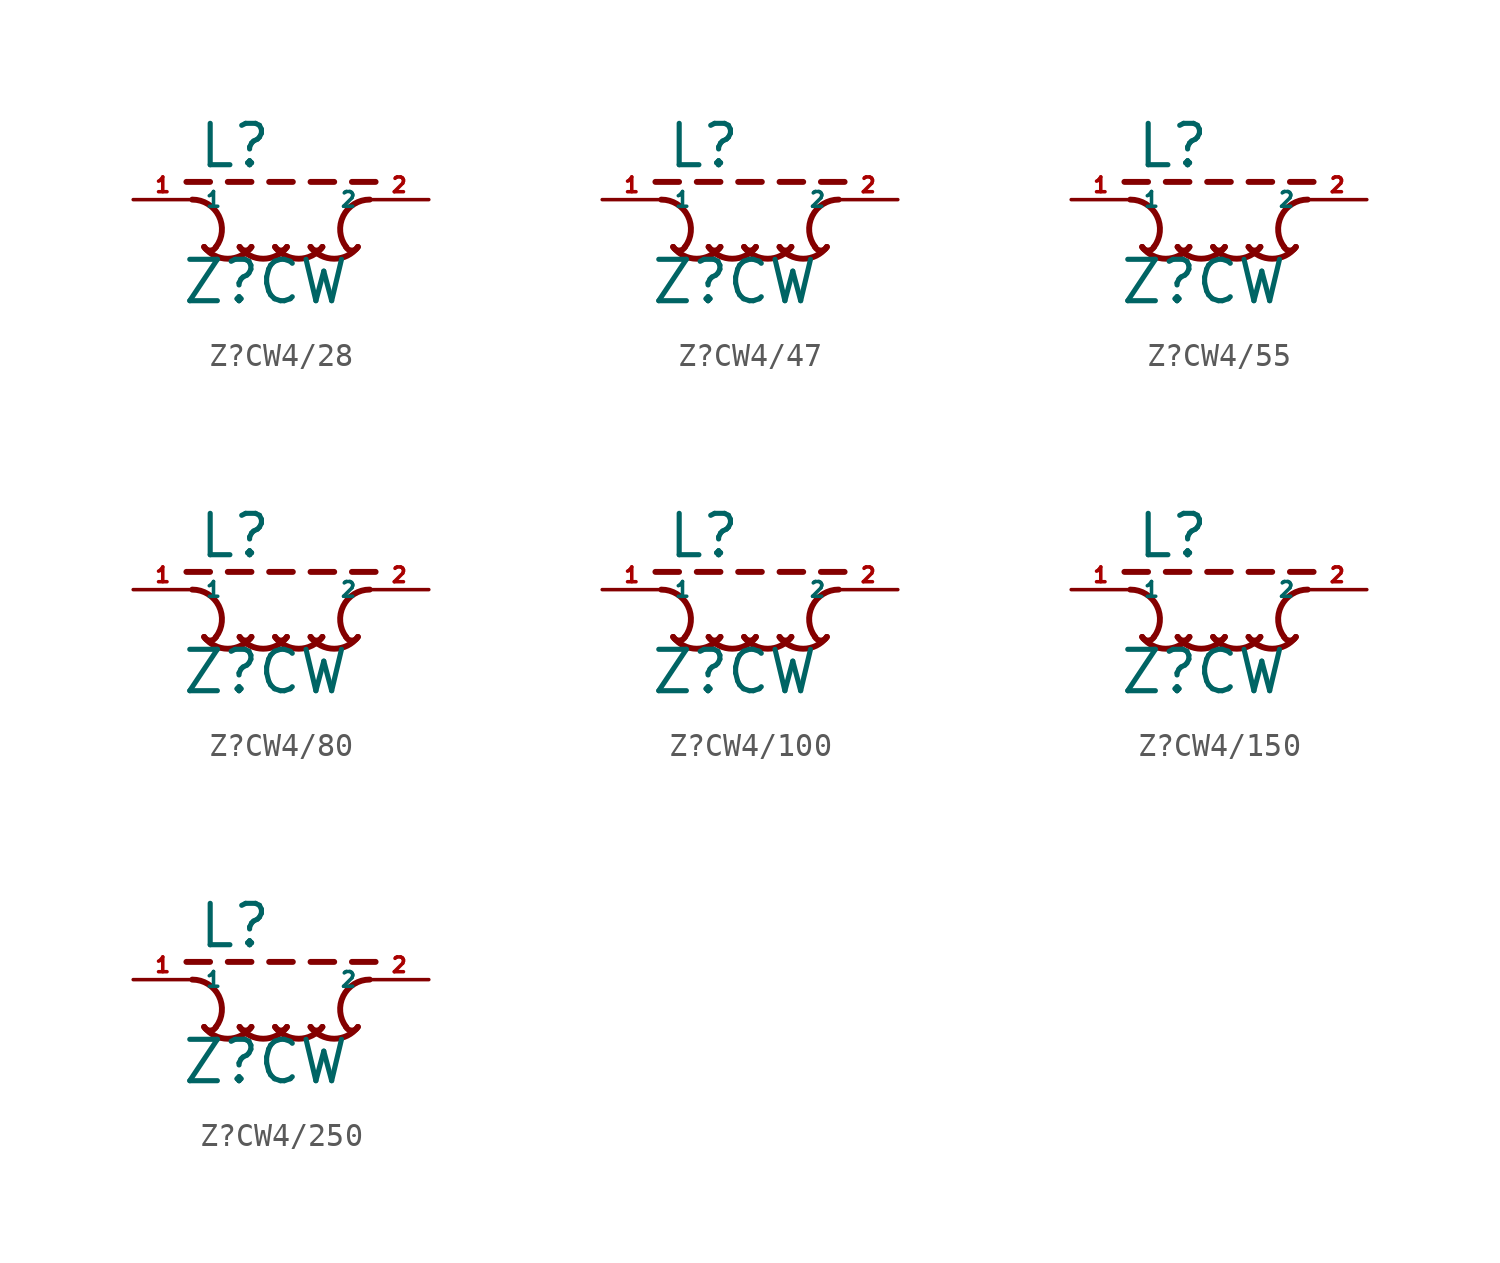
<source format=kicad_sym>
(kicad_symbol_lib
  (version 20220914)
  (generator kicad_symbol_editor)
  (symbol "Z?CW4/28"
    (property "Reference" "L"
      (at -2.34 1.27 0)
      (effects (font (size 1.778 1.778) (thickness 0.22)) (justify left bottom)))
    (property "Value" "Z?CW"
      (at -3.048 -4.572 0)
      (effects (font (size 1.778 1.778) (thickness 0.22)) (justify left bottom)))
    (symbol "Z?CW4/28_1_1"
      (arc (start -2.032 -2.032) (mid -1.778 -2.189) (end -1.524 -2.032) (stroke (width 0.254) (type default)) (fill (type none)))
      (arc (start -2.032 -2.032) (mid -1.016 -2.54) (end 0 -2.032) (stroke (width 0.254) (type default)) (fill (type none)))
      (arc (start -1.524 -2.032) (mid -1.404 -0.702) (end -2.54 0) (stroke (width 0.254) (type default)) (fill (type none)))
      (arc (start -0.508 -2.032) (mid -0.254 -2.189) (end 0 -2.032) (stroke (width 0.254) (type default)) (fill (type none)))
      (arc (start -0.508 -2.032) (mid 0.508 -2.54) (end 1.524 -2.032) (stroke (width 0.254) (type default)) (fill (type none)))
      (polyline (pts (xy -2.794 0.762) (xy -1.778 0.762)) (stroke (width 0.254) (type default)) (fill (type none)))
      (polyline (pts (xy -1.016 0.762) (xy 0 0.762)) (stroke (width 0.254) (type default)) (fill (type none)))
      (polyline (pts (xy 0.762 0.762) (xy 1.778 0.762)) (stroke (width 0.254) (type default)) (fill (type none)))
      (polyline (pts (xy 2.54 0.762) (xy 3.556 0.762)) (stroke (width 0.254) (type default)) (fill (type none)))
      (polyline (pts (xy 4.318 0.762) (xy 5.334 0.762)) (stroke (width 0.254) (type default)) (fill (type none)))
      (arc (start 1.016 -2.032) (mid 1.27 -2.189) (end 1.524 -2.032) (stroke (width 0.254) (type default)) (fill (type none)))
      (arc (start 1.016 -2.032) (mid 2.032 -2.54) (end 3.048 -2.032) (stroke (width 0.254) (type default)) (fill (type none)))
      (arc (start 2.54 -2.032) (mid 2.794 -2.189) (end 3.048 -2.032) (stroke (width 0.254) (type default)) (fill (type none)))
      (arc (start 2.54 -2.032) (mid 3.556 -2.54) (end 4.572 -2.032) (stroke (width 0.254) (type default)) (fill (type none)))
      (arc (start 4.064 -2.032) (mid 4.318 -2.189) (end 4.572 -2.032) (stroke (width 0.254) (type default)) (fill (type none)))
      (arc (start 5.08 0) (mid 3.944 -0.702) (end 4.064 -2.032) (stroke (width 0.254) (type default)) (fill (type none)))
      (pin passive line (at -5.08 0 0) (length 2.54) (name "1" (effects (font (size 0.635 0.635)))) (number "1" (effects (font (size 0.635 0.635)))))
      (pin passive line (at 7.62 0 180) (length 2.54) (name "2" (effects (font (size 0.635 0.635)))) (number "2" (effects (font (size 0.635 0.635)))))))
  (symbol "Z?CW4/47"
    (property "Reference" "L"
      (at -2.34 1.27 0)
      (effects (font (size 1.778 1.778) (thickness 0.22)) (justify left bottom)))
    (property "Value" "Z?CW"
      (at -3.048 -4.572 0)
      (effects (font (size 1.778 1.778) (thickness 0.22)) (justify left bottom)))
    (symbol "Z?CW4/47_1_1"
      (arc (start -2.032 -2.032) (mid -1.778 -2.189) (end -1.524 -2.032) (stroke (width 0.254) (type default)) (fill (type none)))
      (arc (start -2.032 -2.032) (mid -1.016 -2.54) (end 0 -2.032) (stroke (width 0.254) (type default)) (fill (type none)))
      (arc (start -1.524 -2.032) (mid -1.404 -0.702) (end -2.54 0) (stroke (width 0.254) (type default)) (fill (type none)))
      (arc (start -0.508 -2.032) (mid -0.254 -2.189) (end 0 -2.032) (stroke (width 0.254) (type default)) (fill (type none)))
      (arc (start -0.508 -2.032) (mid 0.508 -2.54) (end 1.524 -2.032) (stroke (width 0.254) (type default)) (fill (type none)))
      (polyline (pts (xy -2.794 0.762) (xy -1.778 0.762)) (stroke (width 0.254) (type default)) (fill (type none)))
      (polyline (pts (xy -1.016 0.762) (xy 0 0.762)) (stroke (width 0.254) (type default)) (fill (type none)))
      (polyline (pts (xy 0.762 0.762) (xy 1.778 0.762)) (stroke (width 0.254) (type default)) (fill (type none)))
      (polyline (pts (xy 2.54 0.762) (xy 3.556 0.762)) (stroke (width 0.254) (type default)) (fill (type none)))
      (polyline (pts (xy 4.318 0.762) (xy 5.334 0.762)) (stroke (width 0.254) (type default)) (fill (type none)))
      (arc (start 1.016 -2.032) (mid 1.27 -2.189) (end 1.524 -2.032) (stroke (width 0.254) (type default)) (fill (type none)))
      (arc (start 1.016 -2.032) (mid 2.032 -2.54) (end 3.048 -2.032) (stroke (width 0.254) (type default)) (fill (type none)))
      (arc (start 2.54 -2.032) (mid 2.794 -2.189) (end 3.048 -2.032) (stroke (width 0.254) (type default)) (fill (type none)))
      (arc (start 2.54 -2.032) (mid 3.556 -2.54) (end 4.572 -2.032) (stroke (width 0.254) (type default)) (fill (type none)))
      (arc (start 4.064 -2.032) (mid 4.318 -2.189) (end 4.572 -2.032) (stroke (width 0.254) (type default)) (fill (type none)))
      (arc (start 5.08 0) (mid 3.944 -0.702) (end 4.064 -2.032) (stroke (width 0.254) (type default)) (fill (type none)))
      (pin passive line (at -5.08 0 0) (length 2.54) (name "1" (effects (font (size 0.635 0.635)))) (number "1" (effects (font (size 0.635 0.635)))))
      (pin passive line (at 7.62 0 180) (length 2.54) (name "2" (effects (font (size 0.635 0.635)))) (number "2" (effects (font (size 0.635 0.635)))))))
  (symbol "Z?CW4/55"
    (property "Reference" "L"
      (at -2.34 1.27 0)
      (effects (font (size 1.778 1.778) (thickness 0.22)) (justify left bottom)))
    (property "Value" "Z?CW"
      (at -3.048 -4.572 0)
      (effects (font (size 1.778 1.778) (thickness 0.22)) (justify left bottom)))
    (symbol "Z?CW4/55_1_1"
      (arc (start -2.032 -2.032) (mid -1.778 -2.189) (end -1.524 -2.032) (stroke (width 0.254) (type default)) (fill (type none)))
      (arc (start -2.032 -2.032) (mid -1.016 -2.54) (end 0 -2.032) (stroke (width 0.254) (type default)) (fill (type none)))
      (arc (start -1.524 -2.032) (mid -1.404 -0.702) (end -2.54 0) (stroke (width 0.254) (type default)) (fill (type none)))
      (arc (start -0.508 -2.032) (mid -0.254 -2.189) (end 0 -2.032) (stroke (width 0.254) (type default)) (fill (type none)))
      (arc (start -0.508 -2.032) (mid 0.508 -2.54) (end 1.524 -2.032) (stroke (width 0.254) (type default)) (fill (type none)))
      (polyline (pts (xy -2.794 0.762) (xy -1.778 0.762)) (stroke (width 0.254) (type default)) (fill (type none)))
      (polyline (pts (xy -1.016 0.762) (xy 0 0.762)) (stroke (width 0.254) (type default)) (fill (type none)))
      (polyline (pts (xy 0.762 0.762) (xy 1.778 0.762)) (stroke (width 0.254) (type default)) (fill (type none)))
      (polyline (pts (xy 2.54 0.762) (xy 3.556 0.762)) (stroke (width 0.254) (type default)) (fill (type none)))
      (polyline (pts (xy 4.318 0.762) (xy 5.334 0.762)) (stroke (width 0.254) (type default)) (fill (type none)))
      (arc (start 1.016 -2.032) (mid 1.27 -2.189) (end 1.524 -2.032) (stroke (width 0.254) (type default)) (fill (type none)))
      (arc (start 1.016 -2.032) (mid 2.032 -2.54) (end 3.048 -2.032) (stroke (width 0.254) (type default)) (fill (type none)))
      (arc (start 2.54 -2.032) (mid 2.794 -2.189) (end 3.048 -2.032) (stroke (width 0.254) (type default)) (fill (type none)))
      (arc (start 2.54 -2.032) (mid 3.556 -2.54) (end 4.572 -2.032) (stroke (width 0.254) (type default)) (fill (type none)))
      (arc (start 4.064 -2.032) (mid 4.318 -2.189) (end 4.572 -2.032) (stroke (width 0.254) (type default)) (fill (type none)))
      (arc (start 5.08 0) (mid 3.944 -0.702) (end 4.064 -2.032) (stroke (width 0.254) (type default)) (fill (type none)))
      (pin passive line (at -5.08 0 0) (length 2.54) (name "1" (effects (font (size 0.635 0.635)))) (number "1" (effects (font (size 0.635 0.635)))))
      (pin passive line (at 7.62 0 180) (length 2.54) (name "2" (effects (font (size 0.635 0.635)))) (number "2" (effects (font (size 0.635 0.635)))))))
  (symbol "Z?CW4/80"
    (property "Reference" "L"
      (at -2.34 1.27 0)
      (effects (font (size 1.778 1.778) (thickness 0.22)) (justify left bottom)))
    (property "Value" "Z?CW"
      (at -3.048 -4.572 0)
      (effects (font (size 1.778 1.778) (thickness 0.22)) (justify left bottom)))
    (symbol "Z?CW4/80_1_1"
      (arc (start -2.032 -2.032) (mid -1.778 -2.189) (end -1.524 -2.032) (stroke (width 0.254) (type default)) (fill (type none)))
      (arc (start -2.032 -2.032) (mid -1.016 -2.54) (end 0 -2.032) (stroke (width 0.254) (type default)) (fill (type none)))
      (arc (start -1.524 -2.032) (mid -1.404 -0.702) (end -2.54 0) (stroke (width 0.254) (type default)) (fill (type none)))
      (arc (start -0.508 -2.032) (mid -0.254 -2.189) (end 0 -2.032) (stroke (width 0.254) (type default)) (fill (type none)))
      (arc (start -0.508 -2.032) (mid 0.508 -2.54) (end 1.524 -2.032) (stroke (width 0.254) (type default)) (fill (type none)))
      (polyline (pts (xy -2.794 0.762) (xy -1.778 0.762)) (stroke (width 0.254) (type default)) (fill (type none)))
      (polyline (pts (xy -1.016 0.762) (xy 0 0.762)) (stroke (width 0.254) (type default)) (fill (type none)))
      (polyline (pts (xy 0.762 0.762) (xy 1.778 0.762)) (stroke (width 0.254) (type default)) (fill (type none)))
      (polyline (pts (xy 2.54 0.762) (xy 3.556 0.762)) (stroke (width 0.254) (type default)) (fill (type none)))
      (polyline (pts (xy 4.318 0.762) (xy 5.334 0.762)) (stroke (width 0.254) (type default)) (fill (type none)))
      (arc (start 1.016 -2.032) (mid 1.27 -2.189) (end 1.524 -2.032) (stroke (width 0.254) (type default)) (fill (type none)))
      (arc (start 1.016 -2.032) (mid 2.032 -2.54) (end 3.048 -2.032) (stroke (width 0.254) (type default)) (fill (type none)))
      (arc (start 2.54 -2.032) (mid 2.794 -2.189) (end 3.048 -2.032) (stroke (width 0.254) (type default)) (fill (type none)))
      (arc (start 2.54 -2.032) (mid 3.556 -2.54) (end 4.572 -2.032) (stroke (width 0.254) (type default)) (fill (type none)))
      (arc (start 4.064 -2.032) (mid 4.318 -2.189) (end 4.572 -2.032) (stroke (width 0.254) (type default)) (fill (type none)))
      (arc (start 5.08 0) (mid 3.944 -0.702) (end 4.064 -2.032) (stroke (width 0.254) (type default)) (fill (type none)))
      (pin passive line (at -5.08 0 0) (length 2.54) (name "1" (effects (font (size 0.635 0.635)))) (number "1" (effects (font (size 0.635 0.635)))))
      (pin passive line (at 7.62 0 180) (length 2.54) (name "2" (effects (font (size 0.635 0.635)))) (number "2" (effects (font (size 0.635 0.635)))))))
  (symbol "Z?CW4/100"
    (property "Reference" "L"
      (at -2.34 1.27 0)
      (effects (font (size 1.778 1.778) (thickness 0.22)) (justify left bottom)))
    (property "Value" "Z?CW"
      (at -3.048 -4.572 0)
      (effects (font (size 1.778 1.778) (thickness 0.22)) (justify left bottom)))
    (symbol "Z?CW4/100_1_1"
      (arc (start -2.032 -2.032) (mid -1.778 -2.189) (end -1.524 -2.032) (stroke (width 0.254) (type default)) (fill (type none)))
      (arc (start -2.032 -2.032) (mid -1.016 -2.54) (end 0 -2.032) (stroke (width 0.254) (type default)) (fill (type none)))
      (arc (start -1.524 -2.032) (mid -1.404 -0.702) (end -2.54 0) (stroke (width 0.254) (type default)) (fill (type none)))
      (arc (start -0.508 -2.032) (mid -0.254 -2.189) (end 0 -2.032) (stroke (width 0.254) (type default)) (fill (type none)))
      (arc (start -0.508 -2.032) (mid 0.508 -2.54) (end 1.524 -2.032) (stroke (width 0.254) (type default)) (fill (type none)))
      (polyline (pts (xy -2.794 0.762) (xy -1.778 0.762)) (stroke (width 0.254) (type default)) (fill (type none)))
      (polyline (pts (xy -1.016 0.762) (xy 0 0.762)) (stroke (width 0.254) (type default)) (fill (type none)))
      (polyline (pts (xy 0.762 0.762) (xy 1.778 0.762)) (stroke (width 0.254) (type default)) (fill (type none)))
      (polyline (pts (xy 2.54 0.762) (xy 3.556 0.762)) (stroke (width 0.254) (type default)) (fill (type none)))
      (polyline (pts (xy 4.318 0.762) (xy 5.334 0.762)) (stroke (width 0.254) (type default)) (fill (type none)))
      (arc (start 1.016 -2.032) (mid 1.27 -2.189) (end 1.524 -2.032) (stroke (width 0.254) (type default)) (fill (type none)))
      (arc (start 1.016 -2.032) (mid 2.032 -2.54) (end 3.048 -2.032) (stroke (width 0.254) (type default)) (fill (type none)))
      (arc (start 2.54 -2.032) (mid 2.794 -2.189) (end 3.048 -2.032) (stroke (width 0.254) (type default)) (fill (type none)))
      (arc (start 2.54 -2.032) (mid 3.556 -2.54) (end 4.572 -2.032) (stroke (width 0.254) (type default)) (fill (type none)))
      (arc (start 4.064 -2.032) (mid 4.318 -2.189) (end 4.572 -2.032) (stroke (width 0.254) (type default)) (fill (type none)))
      (arc (start 5.08 0) (mid 3.944 -0.702) (end 4.064 -2.032) (stroke (width 0.254) (type default)) (fill (type none)))
      (pin passive line (at -5.08 0 0) (length 2.54) (name "1" (effects (font (size 0.635 0.635)))) (number "1" (effects (font (size 0.635 0.635)))))
      (pin passive line (at 7.62 0 180) (length 2.54) (name "2" (effects (font (size 0.635 0.635)))) (number "2" (effects (font (size 0.635 0.635)))))))
  (symbol "Z?CW4/150"
    (property "Reference" "L"
      (at -2.34 1.27 0)
      (effects (font (size 1.778 1.778) (thickness 0.22)) (justify left bottom)))
    (property "Value" "Z?CW"
      (at -3.048 -4.572 0)
      (effects (font (size 1.778 1.778) (thickness 0.22)) (justify left bottom)))
    (symbol "Z?CW4/150_1_1"
      (arc (start -2.032 -2.032) (mid -1.778 -2.189) (end -1.524 -2.032) (stroke (width 0.254) (type default)) (fill (type none)))
      (arc (start -2.032 -2.032) (mid -1.016 -2.54) (end 0 -2.032) (stroke (width 0.254) (type default)) (fill (type none)))
      (arc (start -1.524 -2.032) (mid -1.404 -0.702) (end -2.54 0) (stroke (width 0.254) (type default)) (fill (type none)))
      (arc (start -0.508 -2.032) (mid -0.254 -2.189) (end 0 -2.032) (stroke (width 0.254) (type default)) (fill (type none)))
      (arc (start -0.508 -2.032) (mid 0.508 -2.54) (end 1.524 -2.032) (stroke (width 0.254) (type default)) (fill (type none)))
      (polyline (pts (xy -2.794 0.762) (xy -1.778 0.762)) (stroke (width 0.254) (type default)) (fill (type none)))
      (polyline (pts (xy -1.016 0.762) (xy 0 0.762)) (stroke (width 0.254) (type default)) (fill (type none)))
      (polyline (pts (xy 0.762 0.762) (xy 1.778 0.762)) (stroke (width 0.254) (type default)) (fill (type none)))
      (polyline (pts (xy 2.54 0.762) (xy 3.556 0.762)) (stroke (width 0.254) (type default)) (fill (type none)))
      (polyline (pts (xy 4.318 0.762) (xy 5.334 0.762)) (stroke (width 0.254) (type default)) (fill (type none)))
      (arc (start 1.016 -2.032) (mid 1.27 -2.189) (end 1.524 -2.032) (stroke (width 0.254) (type default)) (fill (type none)))
      (arc (start 1.016 -2.032) (mid 2.032 -2.54) (end 3.048 -2.032) (stroke (width 0.254) (type default)) (fill (type none)))
      (arc (start 2.54 -2.032) (mid 2.794 -2.189) (end 3.048 -2.032) (stroke (width 0.254) (type default)) (fill (type none)))
      (arc (start 2.54 -2.032) (mid 3.556 -2.54) (end 4.572 -2.032) (stroke (width 0.254) (type default)) (fill (type none)))
      (arc (start 4.064 -2.032) (mid 4.318 -2.189) (end 4.572 -2.032) (stroke (width 0.254) (type default)) (fill (type none)))
      (arc (start 5.08 0) (mid 3.944 -0.702) (end 4.064 -2.032) (stroke (width 0.254) (type default)) (fill (type none)))
      (pin passive line (at -5.08 0 0) (length 2.54) (name "1" (effects (font (size 0.635 0.635)))) (number "1" (effects (font (size 0.635 0.635)))))
      (pin passive line (at 7.62 0 180) (length 2.54) (name "2" (effects (font (size 0.635 0.635)))) (number "2" (effects (font (size 0.635 0.635)))))))
  (symbol "Z?CW4/250"
    (property "Reference" "L"
      (at -2.34 1.27 0)
      (effects (font (size 1.778 1.778) (thickness 0.22)) (justify left bottom)))
    (property "Value" "Z?CW"
      (at -3.048 -4.572 0)
      (effects (font (size 1.778 1.778) (thickness 0.22)) (justify left bottom)))
    (symbol "Z?CW4/250_1_1"
      (arc (start -2.032 -2.032) (mid -1.778 -2.189) (end -1.524 -2.032) (stroke (width 0.254) (type default)) (fill (type none)))
      (arc (start -2.032 -2.032) (mid -1.016 -2.54) (end 0 -2.032) (stroke (width 0.254) (type default)) (fill (type none)))
      (arc (start -1.524 -2.032) (mid -1.404 -0.702) (end -2.54 0) (stroke (width 0.254) (type default)) (fill (type none)))
      (arc (start -0.508 -2.032) (mid -0.254 -2.189) (end 0 -2.032) (stroke (width 0.254) (type default)) (fill (type none)))
      (arc (start -0.508 -2.032) (mid 0.508 -2.54) (end 1.524 -2.032) (stroke (width 0.254) (type default)) (fill (type none)))
      (polyline (pts (xy -2.794 0.762) (xy -1.778 0.762)) (stroke (width 0.254) (type default)) (fill (type none)))
      (polyline (pts (xy -1.016 0.762) (xy 0 0.762)) (stroke (width 0.254) (type default)) (fill (type none)))
      (polyline (pts (xy 0.762 0.762) (xy 1.778 0.762)) (stroke (width 0.254) (type default)) (fill (type none)))
      (polyline (pts (xy 2.54 0.762) (xy 3.556 0.762)) (stroke (width 0.254) (type default)) (fill (type none)))
      (polyline (pts (xy 4.318 0.762) (xy 5.334 0.762)) (stroke (width 0.254) (type default)) (fill (type none)))
      (arc (start 1.016 -2.032) (mid 1.27 -2.189) (end 1.524 -2.032) (stroke (width 0.254) (type default)) (fill (type none)))
      (arc (start 1.016 -2.032) (mid 2.032 -2.54) (end 3.048 -2.032) (stroke (width 0.254) (type default)) (fill (type none)))
      (arc (start 2.54 -2.032) (mid 2.794 -2.189) (end 3.048 -2.032) (stroke (width 0.254) (type default)) (fill (type none)))
      (arc (start 2.54 -2.032) (mid 3.556 -2.54) (end 4.572 -2.032) (stroke (width 0.254) (type default)) (fill (type none)))
      (arc (start 4.064 -2.032) (mid 4.318 -2.189) (end 4.572 -2.032) (stroke (width 0.254) (type default)) (fill (type none)))
      (arc (start 5.08 0) (mid 3.944 -0.702) (end 4.064 -2.032) (stroke (width 0.254) (type default)) (fill (type none)))
      (pin passive line (at -5.08 0 0) (length 2.54) (name "1" (effects (font (size 0.635 0.635)))) (number "1" (effects (font (size 0.635 0.635)))))
      (pin passive line (at 7.62 0 180) (length 2.54) (name "2" (effects (font (size 0.635 0.635)))) (number "2" (effects (font (size 0.635 0.635))))))))
</source>
